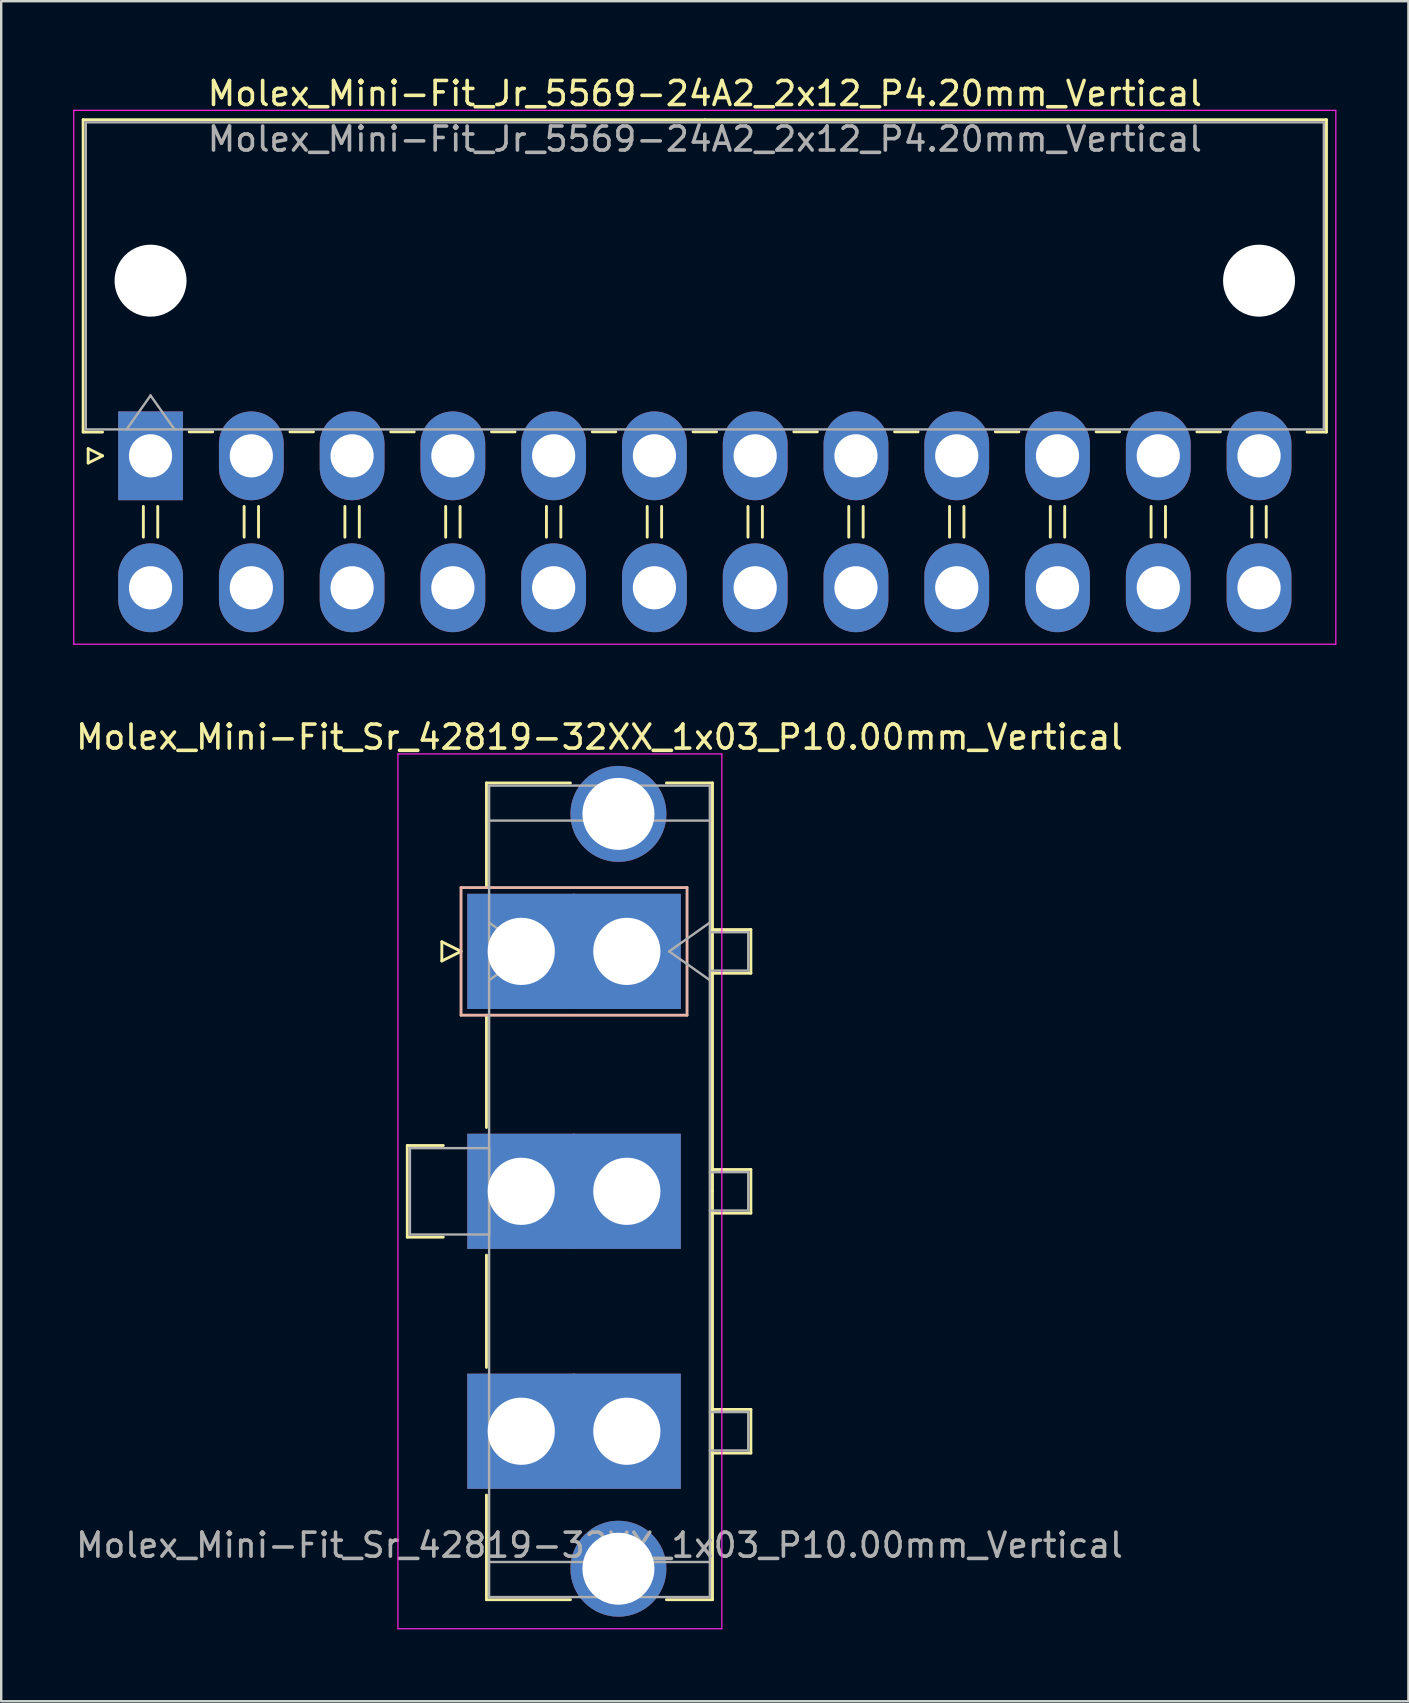
<source format=kicad_pcb>
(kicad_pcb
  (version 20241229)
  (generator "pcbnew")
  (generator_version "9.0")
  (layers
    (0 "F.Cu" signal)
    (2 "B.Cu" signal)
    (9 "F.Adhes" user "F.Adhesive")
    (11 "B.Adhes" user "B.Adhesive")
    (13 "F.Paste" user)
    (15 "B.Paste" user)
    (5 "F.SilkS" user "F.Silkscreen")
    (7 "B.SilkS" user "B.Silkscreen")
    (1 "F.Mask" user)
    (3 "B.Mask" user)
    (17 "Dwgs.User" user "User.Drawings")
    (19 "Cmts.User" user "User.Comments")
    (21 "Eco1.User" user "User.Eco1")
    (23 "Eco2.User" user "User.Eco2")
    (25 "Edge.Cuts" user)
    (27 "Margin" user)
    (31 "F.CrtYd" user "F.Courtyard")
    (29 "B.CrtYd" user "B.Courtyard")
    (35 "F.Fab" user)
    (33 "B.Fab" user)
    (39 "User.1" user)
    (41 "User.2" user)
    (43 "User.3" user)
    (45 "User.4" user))
  (footprint "Molex_Mini-Fit_Sr_42819-32XX_1x03_P10.00mm_Vertical"
    (layer "F.Cu")
    (at 18.675 36.602)
    (property "Reference" "Molex_Mini-Fit_Sr_42819-32XX_1x03_P10.00mm_Vertical" (at 3.26 -8.93 0) (layer "F.SilkS") (effects (font (size 1 1) (thickness 0.15))))
    (attr through_hole)
    (fp_line (start -4.75 8.09) (end -4.75 11.91) (stroke (width 0.12) (type solid)) (layer "F.SilkS"))
    (fp_line (start -4.75 11.91) (end -3.25 11.91) (stroke (width 0.12) (type solid)) (layer "F.SilkS"))
    (fp_line (start -3.31 -0.4) (end -3.31 0.4) (stroke (width 0.12) (type solid)) (layer "F.SilkS"))
    (fp_line (start -3.31 0.4) (end -2.51 0) (stroke (width 0.12) (type solid)) (layer "F.SilkS"))
    (fp_line (start -3.25 8.09) (end -4.75 8.09) (stroke (width 0.12) (type solid)) (layer "F.SilkS"))
    (fp_line (start -2.51 0) (end -3.31 -0.4) (stroke (width 0.12) (type solid)) (layer "F.SilkS"))
    (fp_line (start -1.45 -7.02) (end 2.05 -7.02) (stroke (width 0.12) (type solid)) (layer "F.SilkS"))
    (fp_line (start -1.45 -2.66) (end -1.45 -7.02) (stroke (width 0.12) (type solid)) (layer "F.SilkS"))
    (fp_line (start -1.45 2.66) (end -1.45 7.34) (stroke (width 0.12) (type solid)) (layer "F.SilkS"))
    (fp_line (start -1.45 12.66) (end -1.45 17.34) (stroke (width 0.12) (type solid)) (layer "F.SilkS"))
    (fp_line (start -1.45 22.66) (end -1.45 27.02) (stroke (width 0.12) (type solid)) (layer "F.SilkS"))
    (fp_line (start -1.45 27.02) (end 2.05 27.02) (stroke (width 0.12) (type solid)) (layer "F.SilkS"))
    (fp_line (start 6.05 -7.02) (end 7.97 -7.02) (stroke (width 0.12) (type solid)) (layer "F.SilkS"))
    (fp_line (start 6.05 27.02) (end 7.97 27.02) (stroke (width 0.12) (type solid)) (layer "F.SilkS"))
    (fp_line (start 7.97 -7.02) (end 7.97 10) (stroke (width 0.12) (type solid)) (layer "F.SilkS"))
    (fp_line (start 7.97 -0.91) (end 9.57 -0.91) (stroke (width 0.12) (type solid)) (layer "F.SilkS"))
    (fp_line (start 7.97 9.09) (end 9.57 9.09) (stroke (width 0.12) (type solid)) (layer "F.SilkS"))
    (fp_line (start 7.97 19.09) (end 9.57 19.09) (stroke (width 0.12) (type solid)) (layer "F.SilkS"))
    (fp_line (start 7.97 27.02) (end 7.97 10) (stroke (width 0.12) (type solid)) (layer "F.SilkS"))
    (fp_line (start 9.57 -0.91) (end 9.57 0.91) (stroke (width 0.12) (type solid)) (layer "F.SilkS"))
    (fp_line (start 9.57 0.91) (end 7.97 0.91) (stroke (width 0.12) (type solid)) (layer "F.SilkS"))
    (fp_line (start 9.57 9.09) (end 9.57 10.91) (stroke (width 0.12) (type solid)) (layer "F.SilkS"))
    (fp_line (start 9.57 10.91) (end 7.97 10.91) (stroke (width 0.12) (type solid)) (layer "F.SilkS"))
    (fp_line (start 9.57 19.09) (end 9.57 20.91) (stroke (width 0.12) (type solid)) (layer "F.SilkS"))
    (fp_line (start 9.57 20.91) (end 7.97 20.91) (stroke (width 0.12) (type solid)) (layer "F.SilkS"))
    (fp_line (start -2.51 -2.66) (end -2.51 2.66) (stroke (width 0.12) (type solid)) (layer "B.SilkS"))
    (fp_line (start -2.51 2.66) (end 6.91 2.66) (stroke (width 0.12) (type solid)) (layer "B.SilkS"))
    (fp_line (start 6.91 -2.66) (end -2.51 -2.66) (stroke (width 0.12) (type solid)) (layer "B.SilkS"))
    (fp_line (start 6.91 2.66) (end 6.91 -2.66) (stroke (width 0.12) (type solid)) (layer "B.SilkS"))
    (fp_line (start -5.14 -8.23) (end -5.14 28.23) (stroke (width 0.05) (type solid)) (layer "F.CrtYd"))
    (fp_line (start -5.14 28.23) (end 8.36 28.23) (stroke (width 0.05) (type solid)) (layer "F.CrtYd"))
    (fp_line (start 8.36 -8.23) (end -5.14 -8.23) (stroke (width 0.05) (type solid)) (layer "F.CrtYd"))
    (fp_line (start 8.36 28.23) (end 8.36 -8.23) (stroke (width 0.05) (type solid)) (layer "F.CrtYd"))
    (fp_line (start -4.64 8.2) (end -1.34 8.2) (stroke (width 0.1) (type solid)) (layer "F.Fab"))
    (fp_line (start -4.64 11.8) (end -4.64 8.2) (stroke (width 0.1) (type solid)) (layer "F.Fab"))
    (fp_line (start -1.34 -6.91) (end -1.34 26.91) (stroke (width 0.1) (type solid)) (layer "F.Fab"))
    (fp_line (start -1.34 -5.45) (end 7.86 -5.45) (stroke (width 0.1) (type solid)) (layer "F.Fab"))
    (fp_line (start -1.34 -1.2) (end 0.357 0) (stroke (width 0.1) (type solid)) (layer "F.Fab"))
    (fp_line (start -1.34 8.2) (end -1.34 11.8) (stroke (width 0.1) (type solid)) (layer "F.Fab"))
    (fp_line (start -1.34 11.8) (end -4.64 11.8) (stroke (width 0.1) (type solid)) (layer "F.Fab"))
    (fp_line (start -1.34 25.45) (end 7.86 25.45) (stroke (width 0.1) (type solid)) (layer "F.Fab"))
    (fp_line (start -1.34 26.91) (end 7.86 26.91) (stroke (width 0.1) (type solid)) (layer "F.Fab"))
    (fp_line (start 0.357 0) (end -1.34 1.2) (stroke (width 0.1) (type solid)) (layer "F.Fab"))
    (fp_line (start 6.163 0) (end 7.86 1.2) (stroke (width 0.1) (type solid)) (layer "F.Fab"))
    (fp_line (start 7.86 -6.91) (end -1.34 -6.91) (stroke (width 0.1) (type solid)) (layer "F.Fab"))
    (fp_line (start 7.86 -1.2) (end 6.163 0) (stroke (width 0.1) (type solid)) (layer "F.Fab"))
    (fp_line (start 7.86 -0.8) (end 9.46 -0.8) (stroke (width 0.1) (type solid)) (layer "F.Fab"))
    (fp_line (start 7.86 9.2) (end 9.46 9.2) (stroke (width 0.1) (type solid)) (layer "F.Fab"))
    (fp_line (start 7.86 19.2) (end 9.46 19.2) (stroke (width 0.1) (type solid)) (layer "F.Fab"))
    (fp_line (start 7.86 26.91) (end 7.86 -6.91) (stroke (width 0.1) (type solid)) (layer "F.Fab"))
    (fp_line (start 9.46 -0.8) (end 9.46 0.8) (stroke (width 0.1) (type solid)) (layer "F.Fab"))
    (fp_line (start 9.46 0.8) (end 7.86 0.8) (stroke (width 0.1) (type solid)) (layer "F.Fab"))
    (fp_line (start 9.46 9.2) (end 9.46 10.8) (stroke (width 0.1) (type solid)) (layer "F.Fab"))
    (fp_line (start 9.46 10.8) (end 7.86 10.8) (stroke (width 0.1) (type solid)) (layer "F.Fab"))
    (fp_line (start 9.46 19.2) (end 9.46 20.8) (stroke (width 0.1) (type solid)) (layer "F.Fab"))
    (fp_line (start 9.46 20.8) (end 7.86 20.8) (stroke (width 0.1) (type solid)) (layer "F.Fab"))
    (fp_text user "${REFERENCE}" (at 3.26 24.75 0) (layer "F.Fab") (effects (font (size 1 1) (thickness 0.15))))
    (pad "" thru_hole circle (at 4.05 -5.73) (size 4 4) (drill 3) (layers "*.Cu" "*.Mask"))
    (pad "" thru_hole circle (at 4.05 25.73) (size 4 4) (drill 3) (layers "*.Cu" "*.Mask"))
    (pad "1" thru_hole rect (at 0 0) (size 4.5 4.8) (drill 2.8) (layers "*.Cu" "*.Mask"))
    (pad "1" thru_hole rect (at 4.4 0) (size 4.5 4.8) (drill 2.8) (layers "*.Cu" "*.Mask"))
    (pad "2" thru_hole rect (at 0 10) (size 4.5 4.8) (drill 2.8) (layers "*.Cu" "*.Mask"))
    (pad "2" thru_hole rect (at 4.4 10) (size 4.5 4.8) (drill 2.8) (layers "*.Cu" "*.Mask"))
    (pad "3" thru_hole rect (at 0 20) (size 4.5 4.8) (drill 2.8) (layers "*.Cu" "*.Mask"))
    (pad "3" thru_hole rect (at 4.4 20) (size 4.5 4.8) (drill 2.8) (layers "*.Cu" "*.Mask")))
  (footprint "Molex_Mini-Fit_Jr_5569-24A2_2x12_P4.20mm_Vertical"
    (layer "F.Cu")
    (at 3.225 15.948)
    (property "Reference" "Molex_Mini-Fit_Jr_5569-24A2_2x12_P4.20mm_Vertical" (at 23.1 -15.1 0) (layer "F.SilkS") (effects (font (size 1 1) (thickness 0.15))))
    (attr through_hole)
    (fp_line (start -2.81 -14.01) (end 23.1 -14.01) (stroke (width 0.12) (type solid)) (layer "F.SilkS"))
    (fp_line (start -2.81 -0.99) (end -2.81 -14.01) (stroke (width 0.12) (type solid)) (layer "F.SilkS"))
    (fp_line (start -2.6 -0.3) (end -2 0) (stroke (width 0.12) (type solid)) (layer "F.SilkS"))
    (fp_line (start -2.6 0.3) (end -2.6 -0.3) (stroke (width 0.12) (type solid)) (layer "F.SilkS"))
    (fp_line (start -2 -0.99) (end -2.81 -0.99) (stroke (width 0.12) (type solid)) (layer "F.SilkS"))
    (fp_line (start -2 0) (end -2.6 0.3) (stroke (width 0.12) (type solid)) (layer "F.SilkS"))
    (fp_line (start -0.3 2.11) (end -0.3 3.39) (stroke (width 0.12) (type solid)) (layer "F.SilkS"))
    (fp_line (start 0.3 2.11) (end 0.3 3.39) (stroke (width 0.12) (type solid)) (layer "F.SilkS"))
    (fp_line (start 1.61 -1) (end 2.59 -1) (stroke (width 0.12) (type solid)) (layer "F.SilkS"))
    (fp_line (start 3.9 2.11) (end 3.9 3.39) (stroke (width 0.12) (type solid)) (layer "F.SilkS"))
    (fp_line (start 4.5 2.11) (end 4.5 3.39) (stroke (width 0.12) (type solid)) (layer "F.SilkS"))
    (fp_line (start 5.81 -1) (end 6.79 -1) (stroke (width 0.12) (type solid)) (layer "F.SilkS"))
    (fp_line (start 8.1 2.11) (end 8.1 3.39) (stroke (width 0.12) (type solid)) (layer "F.SilkS"))
    (fp_line (start 8.7 2.11) (end 8.7 3.39) (stroke (width 0.12) (type solid)) (layer "F.SilkS"))
    (fp_line (start 10.01 -1) (end 10.99 -1) (stroke (width 0.12) (type solid)) (layer "F.SilkS"))
    (fp_line (start 12.3 2.11) (end 12.3 3.39) (stroke (width 0.12) (type solid)) (layer "F.SilkS"))
    (fp_line (start 12.9 2.11) (end 12.9 3.39) (stroke (width 0.12) (type solid)) (layer "F.SilkS"))
    (fp_line (start 14.21 -1) (end 15.19 -1) (stroke (width 0.12) (type solid)) (layer "F.SilkS"))
    (fp_line (start 16.5 2.11) (end 16.5 3.39) (stroke (width 0.12) (type solid)) (layer "F.SilkS"))
    (fp_line (start 17.1 2.11) (end 17.1 3.39) (stroke (width 0.12) (type solid)) (layer "F.SilkS"))
    (fp_line (start 18.41 -1) (end 19.39 -1) (stroke (width 0.12) (type solid)) (layer "F.SilkS"))
    (fp_line (start 20.7 2.11) (end 20.7 3.39) (stroke (width 0.12) (type solid)) (layer "F.SilkS"))
    (fp_line (start 21.3 2.11) (end 21.3 3.39) (stroke (width 0.12) (type solid)) (layer "F.SilkS"))
    (fp_line (start 22.61 -1) (end 23.59 -1) (stroke (width 0.12) (type solid)) (layer "F.SilkS"))
    (fp_line (start 24.9 2.11) (end 24.9 3.39) (stroke (width 0.12) (type solid)) (layer "F.SilkS"))
    (fp_line (start 25.5 2.11) (end 25.5 3.39) (stroke (width 0.12) (type solid)) (layer "F.SilkS"))
    (fp_line (start 26.81 -1) (end 27.79 -1) (stroke (width 0.12) (type solid)) (layer "F.SilkS"))
    (fp_line (start 29.1 2.11) (end 29.1 3.39) (stroke (width 0.12) (type solid)) (layer "F.SilkS"))
    (fp_line (start 29.7 2.11) (end 29.7 3.39) (stroke (width 0.12) (type solid)) (layer "F.SilkS"))
    (fp_line (start 31.01 -1) (end 31.99 -1) (stroke (width 0.12) (type solid)) (layer "F.SilkS"))
    (fp_line (start 33.3 2.11) (end 33.3 3.39) (stroke (width 0.12) (type solid)) (layer "F.SilkS"))
    (fp_line (start 33.9 2.11) (end 33.9 3.39) (stroke (width 0.12) (type solid)) (layer "F.SilkS"))
    (fp_line (start 35.21 -1) (end 36.19 -1) (stroke (width 0.12) (type solid)) (layer "F.SilkS"))
    (fp_line (start 37.5 2.11) (end 37.5 3.39) (stroke (width 0.12) (type solid)) (layer "F.SilkS"))
    (fp_line (start 38.1 2.11) (end 38.1 3.39) (stroke (width 0.12) (type solid)) (layer "F.SilkS"))
    (fp_line (start 39.41 -1) (end 40.39 -1) (stroke (width 0.12) (type solid)) (layer "F.SilkS"))
    (fp_line (start 41.7 2.11) (end 41.7 3.39) (stroke (width 0.12) (type solid)) (layer "F.SilkS"))
    (fp_line (start 42.3 2.11) (end 42.3 3.39) (stroke (width 0.12) (type solid)) (layer "F.SilkS"))
    (fp_line (start 43.61 -1) (end 44.59 -1) (stroke (width 0.12) (type solid)) (layer "F.SilkS"))
    (fp_line (start 45.9 2.11) (end 45.9 3.39) (stroke (width 0.12) (type solid)) (layer "F.SilkS"))
    (fp_line (start 46.5 2.11) (end 46.5 3.39) (stroke (width 0.12) (type solid)) (layer "F.SilkS"))
    (fp_line (start 48.2 -0.99) (end 49.01 -0.99) (stroke (width 0.12) (type solid)) (layer "F.SilkS"))
    (fp_line (start 49.01 -14.01) (end 23.1 -14.01) (stroke (width 0.12) (type solid)) (layer "F.SilkS"))
    (fp_line (start 49.01 -0.99) (end 49.01 -14.01) (stroke (width 0.12) (type solid)) (layer "F.SilkS"))
    (fp_line (start -3.2 -14.4) (end -3.2 7.85) (stroke (width 0.05) (type solid)) (layer "F.CrtYd"))
    (fp_line (start -3.2 7.85) (end 49.4 7.85) (stroke (width 0.05) (type solid)) (layer "F.CrtYd"))
    (fp_line (start 49.4 -14.4) (end -3.2 -14.4) (stroke (width 0.05) (type solid)) (layer "F.CrtYd"))
    (fp_line (start 49.4 7.85) (end 49.4 -14.4) (stroke (width 0.05) (type solid)) (layer "F.CrtYd"))
    (fp_line (start -2.7 -13.9) (end -2.7 -1.1) (stroke (width 0.1) (type solid)) (layer "F.Fab"))
    (fp_line (start -2.7 -1.1) (end 48.9 -1.1) (stroke (width 0.1) (type solid)) (layer "F.Fab"))
    (fp_line (start -1 -1.1) (end 0 -2.514) (stroke (width 0.1) (type solid)) (layer "F.Fab"))
    (fp_line (start 0 -2.514) (end 1 -1.1) (stroke (width 0.1) (type solid)) (layer "F.Fab"))
    (fp_line (start 48.9 -13.9) (end -2.7 -13.9) (stroke (width 0.1) (type solid)) (layer "F.Fab"))
    (fp_line (start 48.9 -1.1) (end 48.9 -13.9) (stroke (width 0.1) (type solid)) (layer "F.Fab"))
    (fp_text user "${REFERENCE}" (at 23.1 -13.2 0) (layer "F.Fab") (effects (font (size 1 1) (thickness 0.15))))
    (pad "" np_thru_hole circle (at 0 -7.3) (size 3 3) (drill 3) (layers "*.Cu" "*.Mask"))
    (pad "" np_thru_hole circle (at 46.2 -7.3) (size 3 3) (drill 3) (layers "*.Cu" "*.Mask"))
    (pad "1" thru_hole rect (at 0 0) (size 2.7 3.7) (drill 1.8) (layers "*.Cu" "*.Mask"))
    (pad "2" thru_hole oval (at 4.2 0) (size 2.7 3.7) (drill 1.8) (layers "*.Cu" "*.Mask"))
    (pad "3" thru_hole oval (at 8.4 0) (size 2.7 3.7) (drill 1.8) (layers "*.Cu" "*.Mask"))
    (pad "4" thru_hole oval (at 12.6 0) (size 2.7 3.7) (drill 1.8) (layers "*.Cu" "*.Mask"))
    (pad "5" thru_hole oval (at 16.8 0) (size 2.7 3.7) (drill 1.8) (layers "*.Cu" "*.Mask"))
    (pad "6" thru_hole oval (at 21 0) (size 2.7 3.7) (drill 1.8) (layers "*.Cu" "*.Mask"))
    (pad "7" thru_hole oval (at 25.2 0) (size 2.7 3.7) (drill 1.8) (layers "*.Cu" "*.Mask"))
    (pad "8" thru_hole oval (at 29.4 0) (size 2.7 3.7) (drill 1.8) (layers "*.Cu" "*.Mask"))
    (pad "9" thru_hole oval (at 33.6 0) (size 2.7 3.7) (drill 1.8) (layers "*.Cu" "*.Mask"))
    (pad "10" thru_hole oval (at 37.8 0) (size 2.7 3.7) (drill 1.8) (layers "*.Cu" "*.Mask"))
    (pad "11" thru_hole oval (at 42 0) (size 2.7 3.7) (drill 1.8) (layers "*.Cu" "*.Mask"))
    (pad "12" thru_hole oval (at 46.2 0) (size 2.7 3.7) (drill 1.8) (layers "*.Cu" "*.Mask"))
    (pad "13" thru_hole oval (at 0 5.5) (size 2.7 3.7) (drill 1.8) (layers "*.Cu" "*.Mask"))
    (pad "14" thru_hole oval (at 4.2 5.5) (size 2.7 3.7) (drill 1.8) (layers "*.Cu" "*.Mask"))
    (pad "15" thru_hole oval (at 8.4 5.5) (size 2.7 3.7) (drill 1.8) (layers "*.Cu" "*.Mask"))
    (pad "16" thru_hole oval (at 12.6 5.5) (size 2.7 3.7) (drill 1.8) (layers "*.Cu" "*.Mask"))
    (pad "17" thru_hole oval (at 16.8 5.5) (size 2.7 3.7) (drill 1.8) (layers "*.Cu" "*.Mask"))
    (pad "18" thru_hole oval (at 21 5.5) (size 2.7 3.7) (drill 1.8) (layers "*.Cu" "*.Mask"))
    (pad "19" thru_hole oval (at 25.2 5.5) (size 2.7 3.7) (drill 1.8) (layers "*.Cu" "*.Mask"))
    (pad "20" thru_hole oval (at 29.4 5.5) (size 2.7 3.7) (drill 1.8) (layers "*.Cu" "*.Mask"))
    (pad "21" thru_hole oval (at 33.6 5.5) (size 2.7 3.7) (drill 1.8) (layers "*.Cu" "*.Mask"))
    (pad "22" thru_hole oval (at 37.8 5.5) (size 2.7 3.7) (drill 1.8) (layers "*.Cu" "*.Mask"))
    (pad "23" thru_hole oval (at 42 5.5) (size 2.7 3.7) (drill 1.8) (layers "*.Cu" "*.Mask"))
    (pad "24" thru_hole oval (at 46.2 5.5) (size 2.7 3.7) (drill 1.8) (layers "*.Cu" "*.Mask")))
  (gr_rect
    (start -3 -3)
    (end 55.65 67.856)
    (stroke (width 0.1) (type default))
    (fill no)
    (layer "Edge.Cuts")))
</source>
